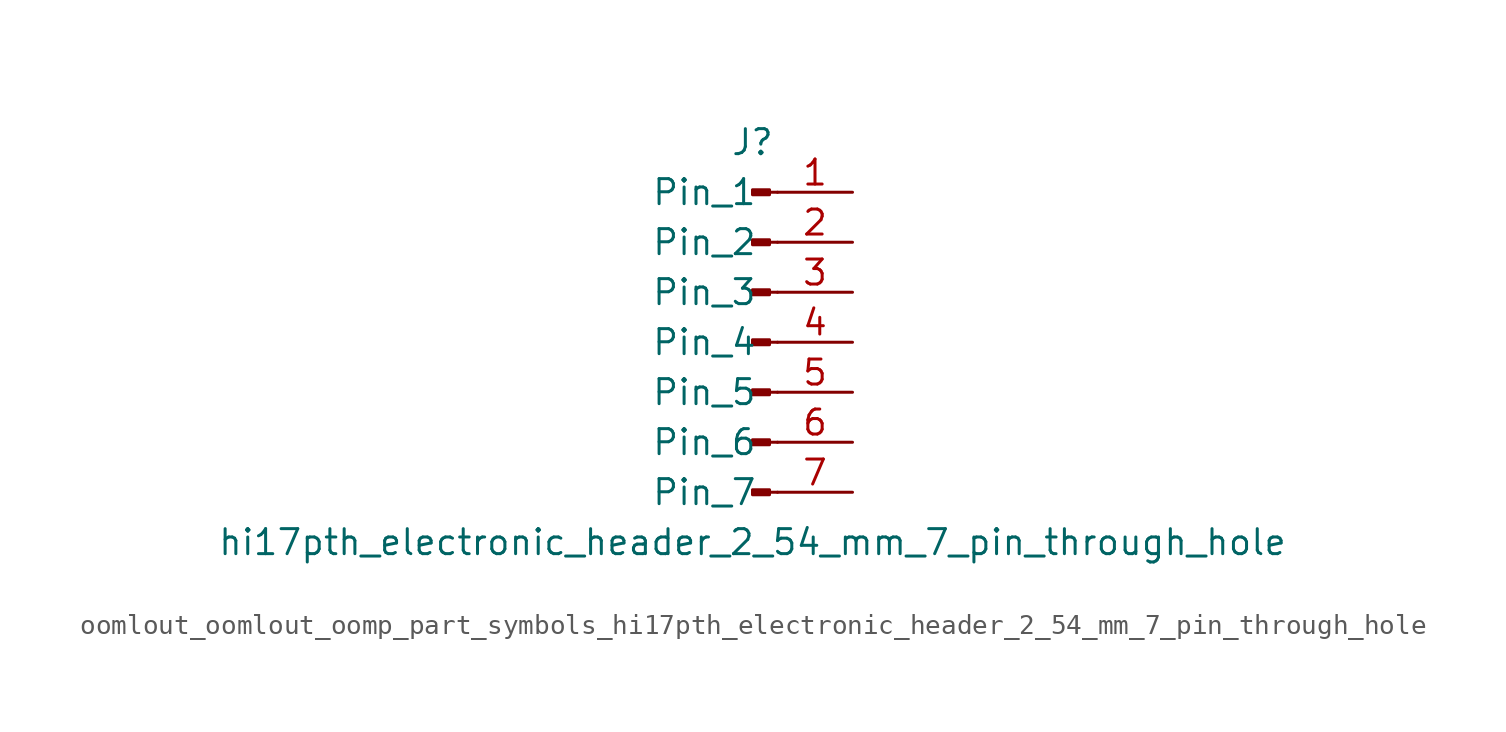
<source format=kicad_sym>
(kicad_symbol_lib
  (version 20220914)
  (generator kicad_symbol_editor)
  (symbol "oomlout_oomlout_oomp_part_symbols_hi17pth_electronic_header_2_54_mm_7_pin_through_hole"
    (pin_names
      (offset 1.016))
    (property "Reference" "J"
      (at 0 10.16 0)
      (effects (font (size 1.27 1.27))))
    (property "Value" "hi17pth_electronic_header_2_54_mm_7_pin_through_hole"
      (at 0 -10.16 0)
      (effects (font (size 1.27 1.27))))
    (property "ki_locked" ""
      (at 0 0 0)
      (effects (font (size 1.27 1.27))))
    (symbol "oomlout_oomlout_oomp_part_symbols_hi17pth_electronic_header_2_54_mm_7_pin_through_hole_1_1"
      (polyline (pts (xy 1.27 -7.62) (xy 0.864 -7.62)) (stroke (width 0.152) (type default)) (fill (type none)))
      (polyline (pts (xy 1.27 -5.08) (xy 0.864 -5.08)) (stroke (width 0.152) (type default)) (fill (type none)))
      (polyline (pts (xy 1.27 -2.54) (xy 0.864 -2.54)) (stroke (width 0.152) (type default)) (fill (type none)))
      (polyline (pts (xy 1.27 0) (xy 0.864 0)) (stroke (width 0.152) (type default)) (fill (type none)))
      (polyline (pts (xy 1.27 2.54) (xy 0.864 2.54)) (stroke (width 0.152) (type default)) (fill (type none)))
      (polyline (pts (xy 1.27 5.08) (xy 0.864 5.08)) (stroke (width 0.152) (type default)) (fill (type none)))
      (polyline (pts (xy 1.27 7.62) (xy 0.864 7.62)) (stroke (width 0.152) (type default)) (fill (type none)))
      (rectangle (start 0.864 -7.493) (end 0 -7.747) (stroke (width 0.152) (type default)) (fill (type outline)))
      (rectangle (start 0.864 -4.953) (end 0 -5.207) (stroke (width 0.152) (type default)) (fill (type outline)))
      (rectangle (start 0.864 -2.413) (end 0 -2.667) (stroke (width 0.152) (type default)) (fill (type outline)))
      (rectangle (start 0.864 0.127) (end 0 -0.127) (stroke (width 0.152) (type default)) (fill (type outline)))
      (rectangle (start 0.864 2.667) (end 0 2.413) (stroke (width 0.152) (type default)) (fill (type outline)))
      (rectangle (start 0.864 5.207) (end 0 4.953) (stroke (width 0.152) (type default)) (fill (type outline)))
      (rectangle (start 0.864 7.747) (end 0 7.493) (stroke (width 0.152) (type default)) (fill (type outline)))
      (pin passive line (at 5.08 7.62 180) (length 3.81) (name "Pin_1" (effects (font (size 1.27 1.27)))) (number "1" (effects (font (size 1.27 1.27)))))
      (pin passive line (at 5.08 5.08 180) (length 3.81) (name "Pin_2" (effects (font (size 1.27 1.27)))) (number "2" (effects (font (size 1.27 1.27)))))
      (pin passive line (at 5.08 2.54 180) (length 3.81) (name "Pin_3" (effects (font (size 1.27 1.27)))) (number "3" (effects (font (size 1.27 1.27)))))
      (pin passive line (at 5.08 0 180) (length 3.81) (name "Pin_4" (effects (font (size 1.27 1.27)))) (number "4" (effects (font (size 1.27 1.27)))))
      (pin passive line (at 5.08 -2.54 180) (length 3.81) (name "Pin_5" (effects (font (size 1.27 1.27)))) (number "5" (effects (font (size 1.27 1.27)))))
      (pin passive line (at 5.08 -5.08 180) (length 3.81) (name "Pin_6" (effects (font (size 1.27 1.27)))) (number "6" (effects (font (size 1.27 1.27)))))
      (pin passive line (at 5.08 -7.62 180) (length 3.81) (name "Pin_7" (effects (font (size 1.27 1.27)))) (number "7" (effects (font (size 1.27 1.27))))))))
</source>
